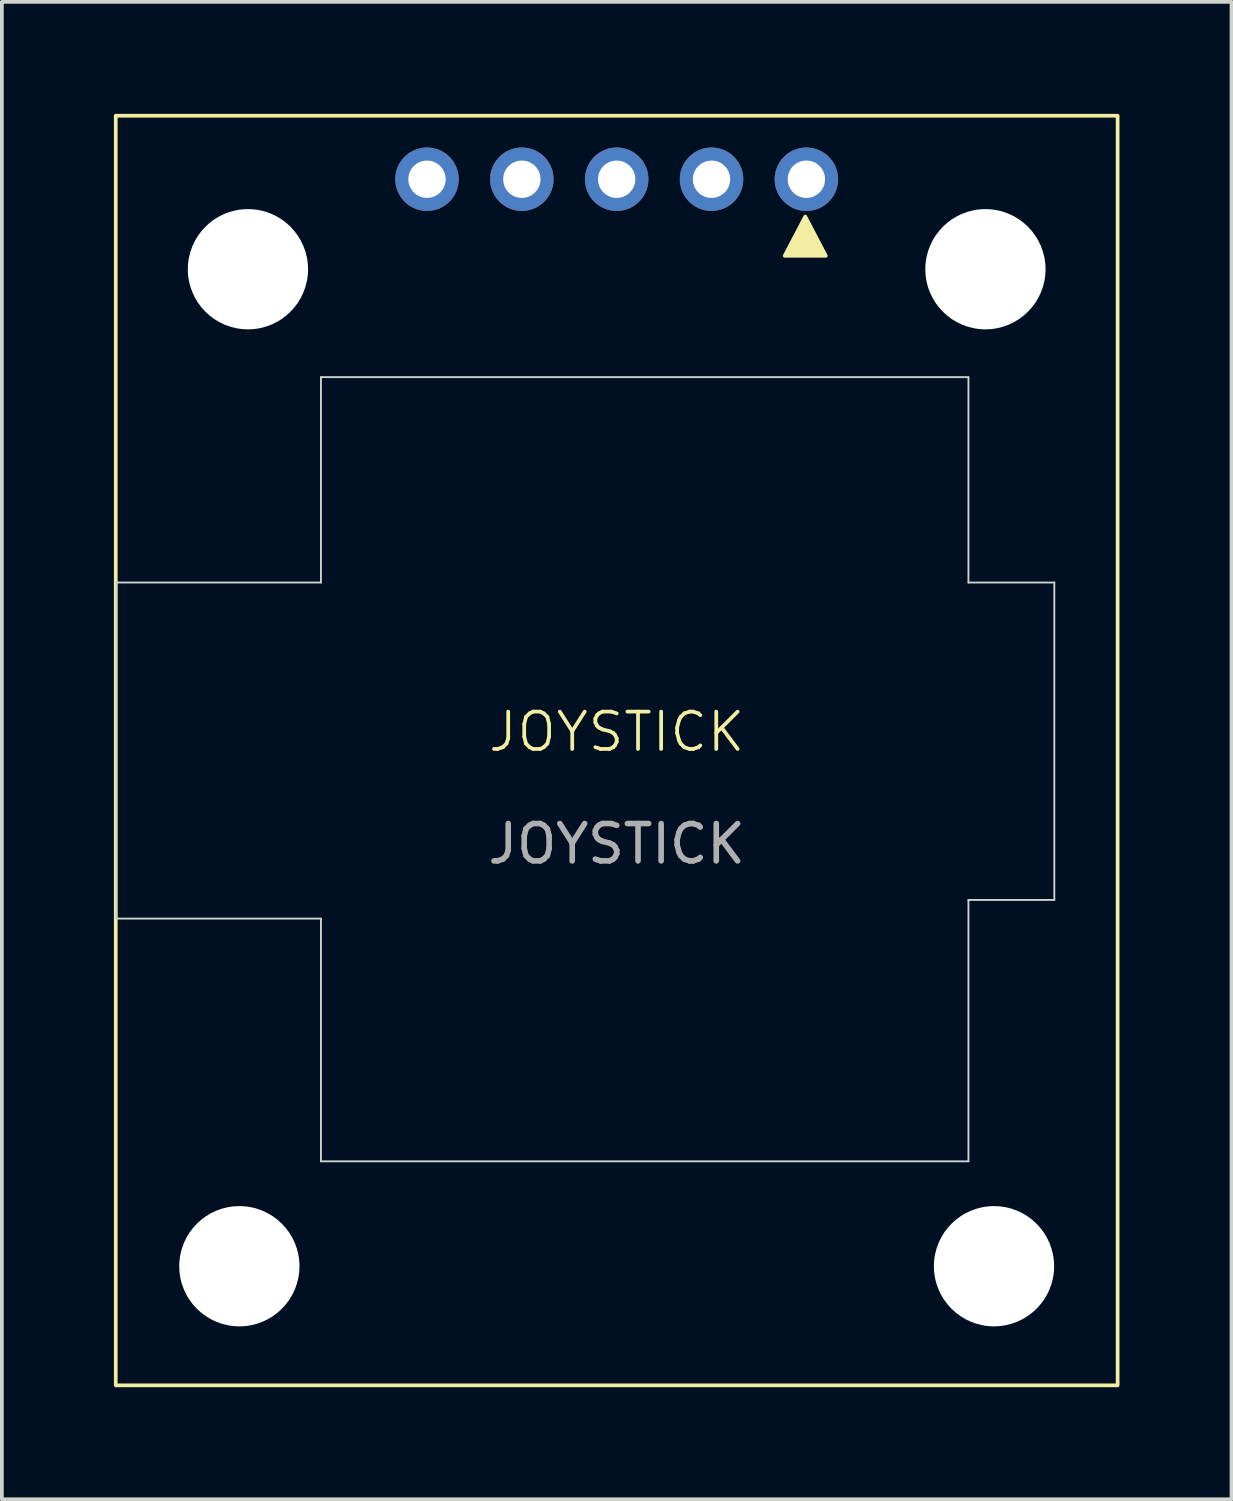
<source format=kicad_pcb>
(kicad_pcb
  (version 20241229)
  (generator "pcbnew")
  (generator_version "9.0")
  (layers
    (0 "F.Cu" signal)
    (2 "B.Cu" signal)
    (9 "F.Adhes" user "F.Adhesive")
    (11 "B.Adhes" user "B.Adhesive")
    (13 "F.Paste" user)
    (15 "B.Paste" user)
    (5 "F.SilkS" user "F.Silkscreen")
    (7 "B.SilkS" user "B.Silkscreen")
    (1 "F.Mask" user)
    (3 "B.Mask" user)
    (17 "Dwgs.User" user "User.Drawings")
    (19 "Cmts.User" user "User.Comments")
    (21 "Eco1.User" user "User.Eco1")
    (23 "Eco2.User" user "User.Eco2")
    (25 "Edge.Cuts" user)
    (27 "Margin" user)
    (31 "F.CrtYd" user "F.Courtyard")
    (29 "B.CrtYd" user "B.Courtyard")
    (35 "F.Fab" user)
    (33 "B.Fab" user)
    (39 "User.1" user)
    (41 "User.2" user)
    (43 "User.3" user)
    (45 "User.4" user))
  (footprint "JOYSTICK"
    (layer "F.Cu")
    (at 13.465 17.05)
    (property "Reference" "JOYSTICK" (at 0 -0.5 0) (unlocked yes) (layer "F.SilkS") (effects (font (size 1 1) (thickness 0.1))))
    (attr through_hole)
    (fp_rect (start -13.415 -17) (end 13.415 17) (stroke (width 0.1) (type default)) (fill no) (layer "F.SilkS"))
    (fp_poly (pts (xy 4.5 -13.25) (xy 5.6 -13.25) (xy 5.05 -14.3)) (stroke (width 0.1) (type solid)) (fill yes) (layer "F.SilkS"))
    (fp_line (start -13.4 -4.5) (end -7.92 -4.5) (stroke (width 0.05) (type default)) (layer "Edge.Cuts"))
    (fp_line (start -13.4 4.5) (end -13.4 -4.5) (stroke (width 0.05) (type default)) (layer "Edge.Cuts"))
    (fp_line (start -7.92 -10) (end 9.42 -10) (stroke (width 0.05) (type default)) (layer "Edge.Cuts"))
    (fp_line (start -7.92 -4.5) (end -7.92 -10) (stroke (width 0.05) (type default)) (layer "Edge.Cuts"))
    (fp_line (start -7.92 4.5) (end -13.4 4.5) (stroke (width 0.05) (type default)) (layer "Edge.Cuts"))
    (fp_line (start -7.92 11) (end -7.92 4.5) (stroke (width 0.05) (type default)) (layer "Edge.Cuts"))
    (fp_line (start 9.42 -10) (end 9.42 -4.5) (stroke (width 0.05) (type default)) (layer "Edge.Cuts"))
    (fp_line (start 9.42 -4.5) (end 11.72 -4.5) (stroke (width 0.05) (type default)) (layer "Edge.Cuts"))
    (fp_line (start 9.42 4) (end 9.42 11) (stroke (width 0.05) (type default)) (layer "Edge.Cuts"))
    (fp_line (start 9.42 11) (end -7.92 11) (stroke (width 0.05) (type default)) (layer "Edge.Cuts"))
    (fp_line (start 11.72 -4.5) (end 11.72 4) (stroke (width 0.05) (type default)) (layer "Edge.Cuts"))
    (fp_line (start 11.72 4) (end 9.42 4) (stroke (width 0.05) (type default)) (layer "Edge.Cuts"))
    (fp_text user "CUTOUT!" (at -2.77 -4.39 0) (unlocked yes) (layer "Edge.Cuts") (effects (font (size 1 1) (thickness 0.15)) (justify left bottom)))
    (fp_text user "${REFERENCE}" (at 0 2.5 0) (unlocked yes) (layer "F.Fab") (effects (font (size 1 1) (thickness 0.15))))
    (pad "" np_thru_hole circle (at -10.105 13.81) (size 3.22 3.22) (drill 3.22) (layers "*.Cu" "*.Mask"))
    (pad "" np_thru_hole circle (at -9.875 -12.89) (size 3.22 3.22) (drill 3.22) (layers "*.Cu" "*.Mask"))
    (pad "" np_thru_hole circle (at 9.875 -12.89) (size 3.22 3.22) (drill 3.22) (layers "*.Cu" "*.Mask"))
    (pad "" np_thru_hole circle (at 10.105 13.81) (size 3.22 3.22) (drill 3.22) (layers "*.Cu" "*.Mask"))
    (pad "1" thru_hole circle (at 5.08 -15.3) (size 1.7 1.7) (drill 1) (layers "*.Cu" "*.Mask"))
    (pad "2" thru_hole circle (at 2.54 -15.3) (size 1.7 1.7) (drill 1) (layers "*.Cu" "*.Mask"))
    (pad "3" thru_hole circle (at 0 -15.3) (size 1.7 1.7) (drill 1) (layers "*.Cu" "*.Mask"))
    (pad "4" thru_hole circle (at -2.54 -15.3) (size 1.7 1.7) (drill 1) (layers "*.Cu" "*.Mask"))
    (pad "5" thru_hole circle (at -5.08 -15.3) (size 1.7 1.7) (drill 1) (layers "*.Cu" "*.Mask")))
  (gr_rect
    (start -3 -3)
    (end 29.93 37.1)
    (stroke (width 0.1) (type default))
    (fill no)
    (layer "Edge.Cuts")))
</source>
